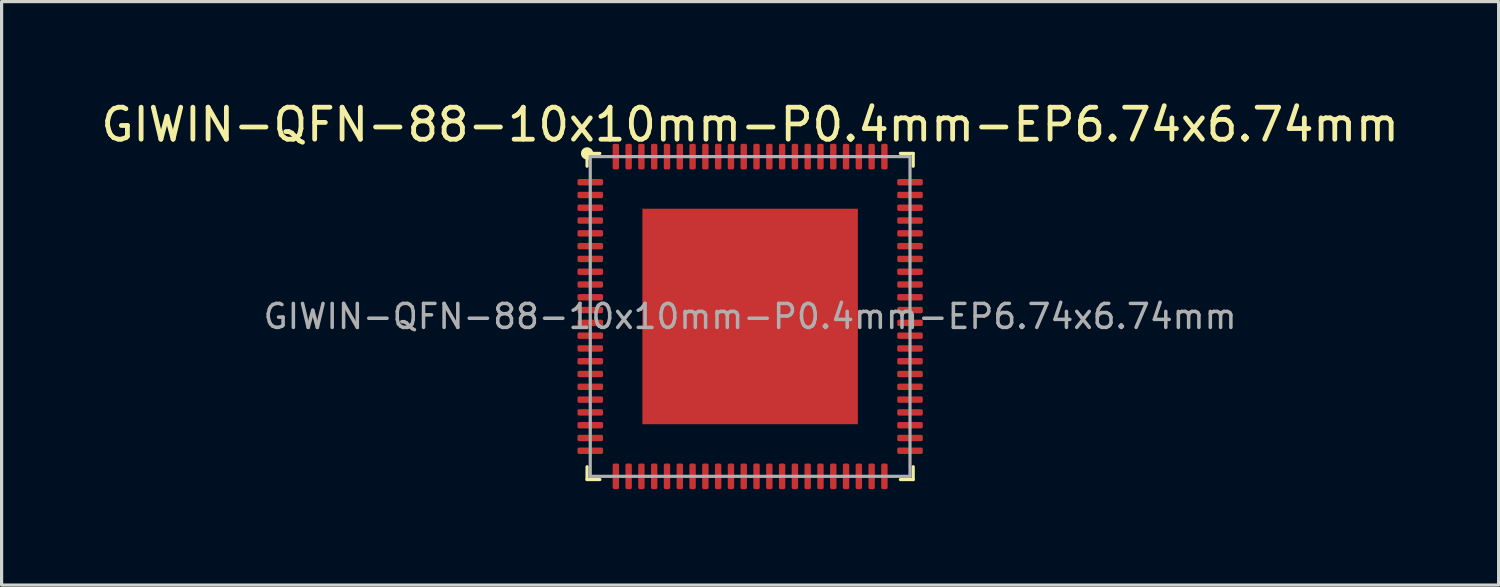
<source format=kicad_pcb>
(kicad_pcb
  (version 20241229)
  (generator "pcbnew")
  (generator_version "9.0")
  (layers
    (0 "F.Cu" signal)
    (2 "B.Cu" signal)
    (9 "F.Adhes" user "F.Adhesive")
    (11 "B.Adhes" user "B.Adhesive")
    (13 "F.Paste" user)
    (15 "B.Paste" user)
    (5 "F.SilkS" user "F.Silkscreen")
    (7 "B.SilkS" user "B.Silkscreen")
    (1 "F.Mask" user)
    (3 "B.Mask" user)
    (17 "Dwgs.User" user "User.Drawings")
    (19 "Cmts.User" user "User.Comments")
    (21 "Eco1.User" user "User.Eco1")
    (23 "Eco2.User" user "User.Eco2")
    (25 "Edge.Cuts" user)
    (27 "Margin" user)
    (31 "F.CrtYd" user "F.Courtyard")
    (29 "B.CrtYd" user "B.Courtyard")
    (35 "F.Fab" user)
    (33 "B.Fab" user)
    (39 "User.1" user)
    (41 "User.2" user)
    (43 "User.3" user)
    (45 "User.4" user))
  (footprint "GIWIN-QFN-88-10x10mm-P0.4mm-EP6.74x6.74mm"
    (layer "F.Cu")
    (at 20.411 6.848)
    (property "Reference" "GIWIN-QFN-88-10x10mm-P0.4mm-EP6.74x6.74mm" (at 0 -6 0) (layer "F.SilkS") (effects (font (size 1 1) (thickness 0.15))))
    (attr smd)
    (fp_line (start -5.1 -5.1) (end -5.1 -4.7) (stroke (width 0.1) (type solid)) (layer "F.SilkS"))
    (fp_line (start -5.1 -5.1) (end -4.7 -5.1) (stroke (width 0.1) (type solid)) (layer "F.SilkS"))
    (fp_line (start -5.1 5.1) (end -5.1 4.7) (stroke (width 0.1) (type solid)) (layer "F.SilkS"))
    (fp_line (start -5.1 5.1) (end -4.7 5.1) (stroke (width 0.1) (type solid)) (layer "F.SilkS"))
    (fp_line (start 5.1 -5.1) (end 4.7 -5.1) (stroke (width 0.1) (type solid)) (layer "F.SilkS"))
    (fp_line (start 5.1 -5.1) (end 5.1 -4.7) (stroke (width 0.1) (type solid)) (layer "F.SilkS"))
    (fp_line (start 5.1 5.1) (end 4.7 5.1) (stroke (width 0.1) (type solid)) (layer "F.SilkS"))
    (fp_line (start 5.1 5.1) (end 5.1 4.7) (stroke (width 0.1) (type solid)) (layer "F.SilkS"))
    (fp_circle (center -5.1 -5.1) (end -5 -5) (stroke (width 0.1) (type default)) (fill yes) (layer "F.SilkS"))
    (fp_line (start -5 -5) (end 5 -5) (stroke (width 0.1) (type solid)) (layer "F.Fab"))
    (fp_line (start -5 5) (end -5 -5) (stroke (width 0.1) (type solid)) (layer "F.Fab"))
    (fp_line (start 5 -5) (end 5 5) (stroke (width 0.1) (type solid)) (layer "F.Fab"))
    (fp_line (start 5 5) (end -5 5) (stroke (width 0.1) (type solid)) (layer "F.Fab"))
    (fp_text user "${REFERENCE}" (at 0 0 0) (layer "F.Fab") (effects (font (size 0.75 0.75) (thickness 0.11))))
    (pad "1" smd roundrect (at -5 -4.2) (size 0.8 0.2) (layers "F.Cu" "F.Mask" "F.Paste") (roundrect_rratio 0.25))
    (pad "2" smd roundrect (at -5 -3.8) (size 0.8 0.2) (layers "F.Cu" "F.Mask" "F.Paste") (roundrect_rratio 0.25))
    (pad "3" smd roundrect (at -5 -3.4) (size 0.8 0.2) (layers "F.Cu" "F.Mask" "F.Paste") (roundrect_rratio 0.25))
    (pad "4" smd roundrect (at -5 -3) (size 0.8 0.2) (layers "F.Cu" "F.Mask" "F.Paste") (roundrect_rratio 0.25))
    (pad "5" smd roundrect (at -5 -2.6) (size 0.8 0.2) (layers "F.Cu" "F.Mask" "F.Paste") (roundrect_rratio 0.25))
    (pad "6" smd roundrect (at -5 -2.2) (size 0.8 0.2) (layers "F.Cu" "F.Mask" "F.Paste") (roundrect_rratio 0.25))
    (pad "7" smd roundrect (at -5 -1.8) (size 0.8 0.2) (layers "F.Cu" "F.Mask" "F.Paste") (roundrect_rratio 0.25))
    (pad "8" smd roundrect (at -5 -1.4) (size 0.8 0.2) (layers "F.Cu" "F.Mask" "F.Paste") (roundrect_rratio 0.25))
    (pad "9" smd roundrect (at -5 -1) (size 0.8 0.2) (layers "F.Cu" "F.Mask" "F.Paste") (roundrect_rratio 0.25))
    (pad "10" smd roundrect (at -5 -0.6) (size 0.8 0.2) (layers "F.Cu" "F.Mask" "F.Paste") (roundrect_rratio 0.25))
    (pad "11" smd roundrect (at -5 -0.2) (size 0.8 0.2) (layers "F.Cu" "F.Mask" "F.Paste") (roundrect_rratio 0.25))
    (pad "12" smd roundrect (at -5 0.2) (size 0.8 0.2) (layers "F.Cu" "F.Mask" "F.Paste") (roundrect_rratio 0.25))
    (pad "13" smd roundrect (at -5 0.6) (size 0.8 0.2) (layers "F.Cu" "F.Mask" "F.Paste") (roundrect_rratio 0.25))
    (pad "14" smd roundrect (at -5 1) (size 0.8 0.2) (layers "F.Cu" "F.Mask" "F.Paste") (roundrect_rratio 0.25))
    (pad "15" smd roundrect (at -5 1.4) (size 0.8 0.2) (layers "F.Cu" "F.Mask" "F.Paste") (roundrect_rratio 0.25))
    (pad "16" smd roundrect (at -5 1.8) (size 0.8 0.2) (layers "F.Cu" "F.Mask" "F.Paste") (roundrect_rratio 0.25))
    (pad "17" smd roundrect (at -5 2.2) (size 0.8 0.2) (layers "F.Cu" "F.Mask" "F.Paste") (roundrect_rratio 0.25))
    (pad "18" smd roundrect (at -5 2.6) (size 0.8 0.2) (layers "F.Cu" "F.Mask" "F.Paste") (roundrect_rratio 0.25))
    (pad "19" smd roundrect (at -5 3) (size 0.8 0.2) (layers "F.Cu" "F.Mask" "F.Paste") (roundrect_rratio 0.25))
    (pad "20" smd roundrect (at -5 3.4) (size 0.8 0.2) (layers "F.Cu" "F.Mask" "F.Paste") (roundrect_rratio 0.25))
    (pad "21" smd roundrect (at -5 3.8) (size 0.8 0.2) (layers "F.Cu" "F.Mask" "F.Paste") (roundrect_rratio 0.25))
    (pad "22" smd roundrect (at -5 4.2) (size 0.8 0.2) (layers "F.Cu" "F.Mask" "F.Paste") (roundrect_rratio 0.25))
    (pad "23" smd roundrect (at -4.2 5) (size 0.2 0.8) (layers "F.Cu" "F.Mask" "F.Paste") (roundrect_rratio 0.25))
    (pad "24" smd roundrect (at -3.8 5) (size 0.2 0.8) (layers "F.Cu" "F.Mask" "F.Paste") (roundrect_rratio 0.25))
    (pad "25" smd roundrect (at -3.4 5) (size 0.2 0.8) (layers "F.Cu" "F.Mask" "F.Paste") (roundrect_rratio 0.25))
    (pad "26" smd roundrect (at -3 5) (size 0.2 0.8) (layers "F.Cu" "F.Mask" "F.Paste") (roundrect_rratio 0.25))
    (pad "27" smd roundrect (at -2.6 5) (size 0.2 0.8) (layers "F.Cu" "F.Mask" "F.Paste") (roundrect_rratio 0.25))
    (pad "28" smd roundrect (at -2.2 5) (size 0.2 0.8) (layers "F.Cu" "F.Mask" "F.Paste") (roundrect_rratio 0.25))
    (pad "29" smd roundrect (at -1.8 5) (size 0.2 0.8) (layers "F.Cu" "F.Mask" "F.Paste") (roundrect_rratio 0.25))
    (pad "30" smd roundrect (at -1.4 5) (size 0.2 0.8) (layers "F.Cu" "F.Mask" "F.Paste") (roundrect_rratio 0.25))
    (pad "31" smd roundrect (at -1 5) (size 0.2 0.8) (layers "F.Cu" "F.Mask" "F.Paste") (roundrect_rratio 0.25))
    (pad "32" smd roundrect (at -0.6 5) (size 0.2 0.8) (layers "F.Cu" "F.Mask" "F.Paste") (roundrect_rratio 0.25))
    (pad "33" smd roundrect (at -0.2 5) (size 0.2 0.8) (layers "F.Cu" "F.Mask" "F.Paste") (roundrect_rratio 0.25))
    (pad "34" smd roundrect (at 0.2 5) (size 0.2 0.8) (layers "F.Cu" "F.Mask" "F.Paste") (roundrect_rratio 0.25))
    (pad "35" smd roundrect (at 0.6 5) (size 0.2 0.8) (layers "F.Cu" "F.Mask" "F.Paste") (roundrect_rratio 0.25))
    (pad "36" smd roundrect (at 1 5) (size 0.2 0.8) (layers "F.Cu" "F.Mask" "F.Paste") (roundrect_rratio 0.25))
    (pad "37" smd roundrect (at 1.4 5) (size 0.2 0.8) (layers "F.Cu" "F.Mask" "F.Paste") (roundrect_rratio 0.25))
    (pad "38" smd roundrect (at 1.8 5) (size 0.2 0.8) (layers "F.Cu" "F.Mask" "F.Paste") (roundrect_rratio 0.25))
    (pad "39" smd roundrect (at 2.2 5) (size 0.2 0.8) (layers "F.Cu" "F.Mask" "F.Paste") (roundrect_rratio 0.25))
    (pad "40" smd roundrect (at 2.6 5) (size 0.2 0.8) (layers "F.Cu" "F.Mask" "F.Paste") (roundrect_rratio 0.25))
    (pad "41" smd roundrect (at 3 5) (size 0.2 0.8) (layers "F.Cu" "F.Mask" "F.Paste") (roundrect_rratio 0.25))
    (pad "42" smd roundrect (at 3.4 5) (size 0.2 0.8) (layers "F.Cu" "F.Mask" "F.Paste") (roundrect_rratio 0.25))
    (pad "43" smd roundrect (at 3.8 5) (size 0.2 0.8) (layers "F.Cu" "F.Mask" "F.Paste") (roundrect_rratio 0.25))
    (pad "44" smd roundrect (at 4.2 5) (size 0.2 0.8) (layers "F.Cu" "F.Mask" "F.Paste") (roundrect_rratio 0.25))
    (pad "45" smd roundrect (at 5 4.2) (size 0.8 0.2) (layers "F.Cu" "F.Mask" "F.Paste") (roundrect_rratio 0.25))
    (pad "46" smd roundrect (at 5 3.8) (size 0.8 0.2) (layers "F.Cu" "F.Mask" "F.Paste") (roundrect_rratio 0.25))
    (pad "47" smd roundrect (at 5 3.4) (size 0.8 0.2) (layers "F.Cu" "F.Mask" "F.Paste") (roundrect_rratio 0.25))
    (pad "48" smd roundrect (at 5 3) (size 0.8 0.2) (layers "F.Cu" "F.Mask" "F.Paste") (roundrect_rratio 0.25))
    (pad "49" smd roundrect (at 5 2.6) (size 0.8 0.2) (layers "F.Cu" "F.Mask" "F.Paste") (roundrect_rratio 0.25))
    (pad "50" smd roundrect (at 5 2.2) (size 0.8 0.2) (layers "F.Cu" "F.Mask" "F.Paste") (roundrect_rratio 0.25))
    (pad "51" smd roundrect (at 5 1.8) (size 0.8 0.2) (layers "F.Cu" "F.Mask" "F.Paste") (roundrect_rratio 0.25))
    (pad "52" smd roundrect (at 5 1.4) (size 0.8 0.2) (layers "F.Cu" "F.Mask" "F.Paste") (roundrect_rratio 0.25))
    (pad "53" smd roundrect (at 5 1) (size 0.8 0.2) (layers "F.Cu" "F.Mask" "F.Paste") (roundrect_rratio 0.25))
    (pad "54" smd roundrect (at 5 0.6) (size 0.8 0.2) (layers "F.Cu" "F.Mask" "F.Paste") (roundrect_rratio 0.25))
    (pad "55" smd roundrect (at 5 0.2) (size 0.8 0.2) (layers "F.Cu" "F.Mask" "F.Paste") (roundrect_rratio 0.25))
    (pad "56" smd roundrect (at 5 -0.2) (size 0.8 0.2) (layers "F.Cu" "F.Mask" "F.Paste") (roundrect_rratio 0.25))
    (pad "57" smd roundrect (at 5 -0.6) (size 0.8 0.2) (layers "F.Cu" "F.Mask" "F.Paste") (roundrect_rratio 0.25))
    (pad "58" smd roundrect (at 5 -1) (size 0.8 0.2) (layers "F.Cu" "F.Mask" "F.Paste") (roundrect_rratio 0.25))
    (pad "59" smd roundrect (at 5 -1.4) (size 0.8 0.2) (layers "F.Cu" "F.Mask" "F.Paste") (roundrect_rratio 0.25))
    (pad "60" smd roundrect (at 5 -1.8) (size 0.8 0.2) (layers "F.Cu" "F.Mask" "F.Paste") (roundrect_rratio 0.25))
    (pad "61" smd roundrect (at 5 -2.2) (size 0.8 0.2) (layers "F.Cu" "F.Mask" "F.Paste") (roundrect_rratio 0.25))
    (pad "62" smd roundrect (at 5 -2.6) (size 0.8 0.2) (layers "F.Cu" "F.Mask" "F.Paste") (roundrect_rratio 0.25))
    (pad "63" smd roundrect (at 5 -3) (size 0.8 0.2) (layers "F.Cu" "F.Mask" "F.Paste") (roundrect_rratio 0.25))
    (pad "64" smd roundrect (at 5 -3.4) (size 0.8 0.2) (layers "F.Cu" "F.Mask" "F.Paste") (roundrect_rratio 0.25))
    (pad "65" smd roundrect (at 5 -3.8) (size 0.8 0.2) (layers "F.Cu" "F.Mask" "F.Paste") (roundrect_rratio 0.25))
    (pad "66" smd roundrect (at 5 -4.2) (size 0.8 0.2) (layers "F.Cu" "F.Mask" "F.Paste") (roundrect_rratio 0.25))
    (pad "67" smd roundrect (at 4.2 -5) (size 0.2 0.8) (layers "F.Cu" "F.Mask" "F.Paste") (roundrect_rratio 0.25))
    (pad "68" smd roundrect (at 3.8 -5) (size 0.2 0.8) (layers "F.Cu" "F.Mask" "F.Paste") (roundrect_rratio 0.25))
    (pad "69" smd roundrect (at 3.4 -5) (size 0.2 0.8) (layers "F.Cu" "F.Mask" "F.Paste") (roundrect_rratio 0.25))
    (pad "70" smd roundrect (at 3 -5) (size 0.2 0.8) (layers "F.Cu" "F.Mask" "F.Paste") (roundrect_rratio 0.25))
    (pad "71" smd roundrect (at 2.6 -5) (size 0.2 0.8) (layers "F.Cu" "F.Mask" "F.Paste") (roundrect_rratio 0.25))
    (pad "72" smd roundrect (at 2.2 -5) (size 0.2 0.8) (layers "F.Cu" "F.Mask" "F.Paste") (roundrect_rratio 0.25))
    (pad "73" smd roundrect (at 1.8 -5) (size 0.2 0.8) (layers "F.Cu" "F.Mask" "F.Paste") (roundrect_rratio 0.25))
    (pad "74" smd roundrect (at 1.4 -5) (size 0.2 0.8) (layers "F.Cu" "F.Mask" "F.Paste") (roundrect_rratio 0.25))
    (pad "75" smd roundrect (at 1 -5) (size 0.2 0.8) (layers "F.Cu" "F.Mask" "F.Paste") (roundrect_rratio 0.25))
    (pad "76" smd roundrect (at 0.6 -5) (size 0.2 0.8) (layers "F.Cu" "F.Mask" "F.Paste") (roundrect_rratio 0.25))
    (pad "77" smd roundrect (at 0.2 -5) (size 0.2 0.8) (layers "F.Cu" "F.Mask" "F.Paste") (roundrect_rratio 0.25))
    (pad "78" smd roundrect (at -0.2 -5) (size 0.2 0.8) (layers "F.Cu" "F.Mask" "F.Paste") (roundrect_rratio 0.25))
    (pad "79" smd roundrect (at -0.6 -5) (size 0.2 0.8) (layers "F.Cu" "F.Mask" "F.Paste") (roundrect_rratio 0.25))
    (pad "80" smd roundrect (at -1 -5) (size 0.2 0.8) (layers "F.Cu" "F.Mask" "F.Paste") (roundrect_rratio 0.25))
    (pad "81" smd roundrect (at -1.4 -5) (size 0.2 0.8) (layers "F.Cu" "F.Mask" "F.Paste") (roundrect_rratio 0.25))
    (pad "82" smd roundrect (at -1.8 -5) (size 0.2 0.8) (layers "F.Cu" "F.Mask" "F.Paste") (roundrect_rratio 0.25))
    (pad "83" smd roundrect (at -2.2 -5) (size 0.2 0.8) (layers "F.Cu" "F.Mask" "F.Paste") (roundrect_rratio 0.25))
    (pad "84" smd roundrect (at -2.6 -5) (size 0.2 0.8) (layers "F.Cu" "F.Mask" "F.Paste") (roundrect_rratio 0.25))
    (pad "85" smd roundrect (at -3 -5) (size 0.2 0.8) (layers "F.Cu" "F.Mask" "F.Paste") (roundrect_rratio 0.25))
    (pad "86" smd roundrect (at -3.4 -5) (size 0.2 0.8) (layers "F.Cu" "F.Mask" "F.Paste") (roundrect_rratio 0.25))
    (pad "87" smd roundrect (at -3.8 -5) (size 0.2 0.8) (layers "F.Cu" "F.Mask" "F.Paste") (roundrect_rratio 0.25))
    (pad "88" smd roundrect (at -4.2 -5) (size 0.2 0.8) (layers "F.Cu" "F.Mask" "F.Paste") (roundrect_rratio 0.25))
    (pad "89" smd rect (at 0 0) (size 6.74 6.74) (layers "F.Cu" "F.Mask")))
  (gr_rect
    (start -3 -3)
    (end 43.821 15.248)
    (stroke (width 0.1) (type default))
    (fill no)
    (layer "Edge.Cuts")))
</source>
